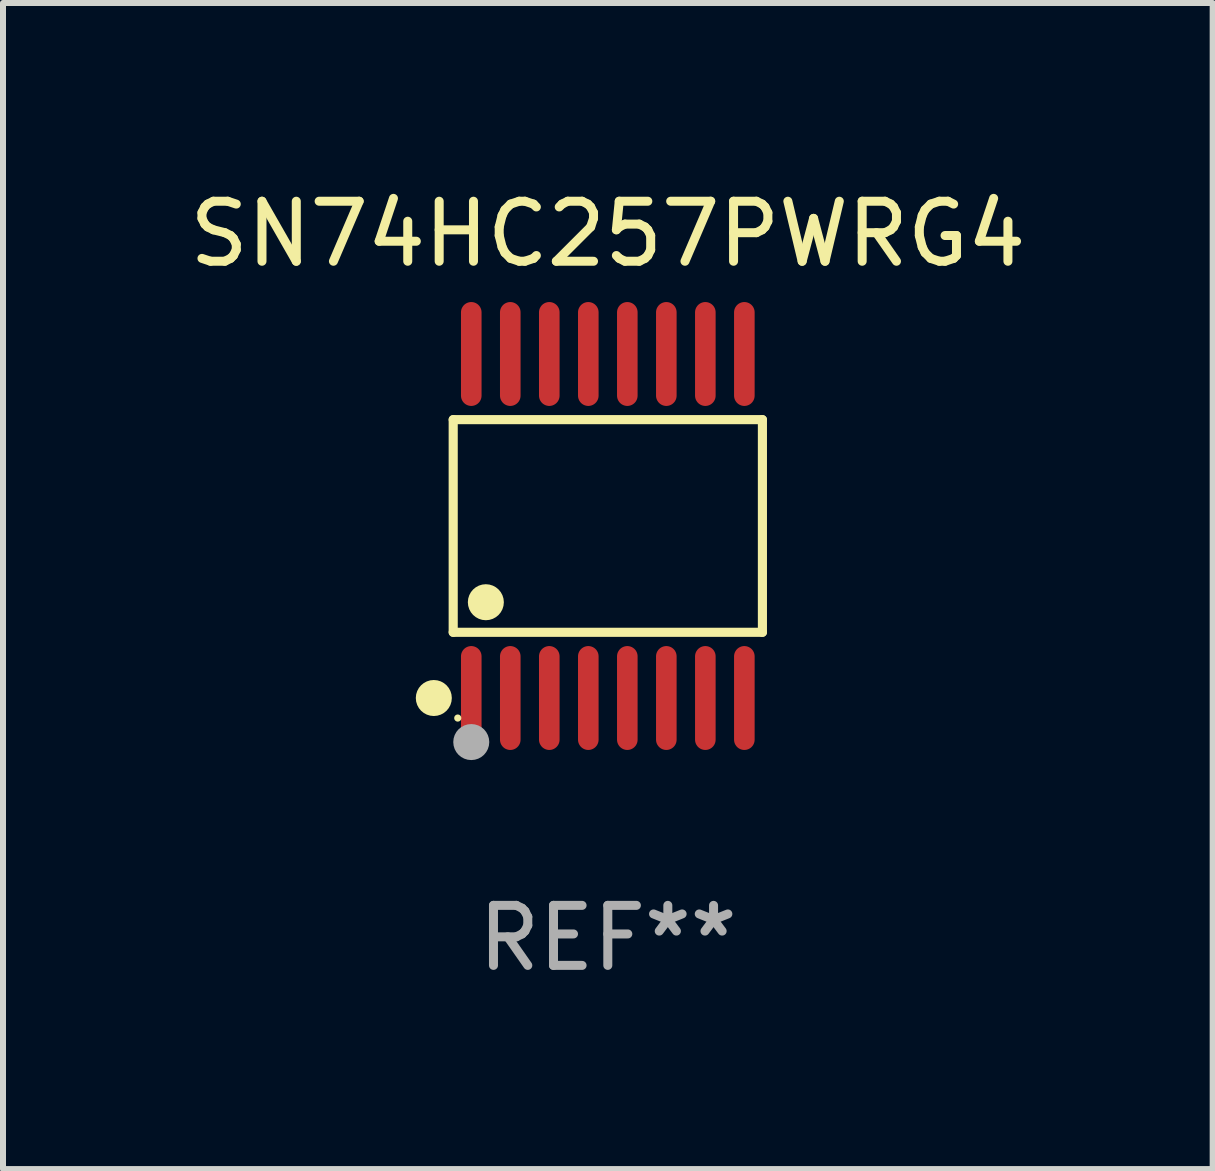
<source format=kicad_pcb>
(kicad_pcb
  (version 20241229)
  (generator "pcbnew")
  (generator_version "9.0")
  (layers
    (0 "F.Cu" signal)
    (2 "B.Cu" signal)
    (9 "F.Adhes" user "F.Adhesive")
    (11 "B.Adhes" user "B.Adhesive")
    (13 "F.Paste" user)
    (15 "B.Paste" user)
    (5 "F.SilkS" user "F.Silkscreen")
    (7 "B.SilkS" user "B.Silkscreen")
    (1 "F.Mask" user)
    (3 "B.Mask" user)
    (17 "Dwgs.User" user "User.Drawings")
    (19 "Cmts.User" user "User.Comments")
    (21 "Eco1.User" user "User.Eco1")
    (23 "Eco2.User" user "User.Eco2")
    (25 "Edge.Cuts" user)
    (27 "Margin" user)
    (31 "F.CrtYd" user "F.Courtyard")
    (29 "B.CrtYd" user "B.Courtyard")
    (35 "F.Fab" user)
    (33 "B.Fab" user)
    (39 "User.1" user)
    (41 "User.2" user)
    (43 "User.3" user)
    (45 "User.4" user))
  (footprint "SN74HC257PWRG4"
    (layer "F.Cu")
    (at 7.077 5.714)
    (property "Reference" "SN74HC257PWRG4" (at 0 -4.866 0) (layer "F.SilkS") (effects (font (size 1 1) (thickness 0.15))))
    (attr through_hole)
    (fp_line (start -2.576 -1.772) (end 2.576 -1.772) (stroke (width 0.152) (type solid)) (layer "F.SilkS"))
    (fp_line (start -2.576 1.771) (end -2.576 -1.772) (stroke (width 0.152) (type solid)) (layer "F.SilkS"))
    (fp_line (start 2.576 -1.772) (end 2.576 1.771) (stroke (width 0.152) (type solid)) (layer "F.SilkS"))
    (fp_line (start 2.576 1.771) (end -2.576 1.771) (stroke (width 0.152) (type solid)) (layer "F.SilkS"))
    (fp_circle (center -2.899 2.866) (end -2.749 2.866) (stroke (width 0.3) (type solid)) (fill no) (layer "F.SilkS"))
    (fp_circle (center -2.5 3.2) (end -2.47 3.2) (stroke (width 0.06) (type solid)) (fill no) (layer "F.SilkS"))
    (fp_circle (center -2.032 1.27) (end -1.882 1.27) (stroke (width 0.3) (type solid)) (fill no) (layer "F.SilkS"))
    (fp_circle (center -2.275 3.6) (end -2.125 3.6) (stroke (width 0.3) (type solid)) (fill no) (layer "F.Fab"))
    (fp_text user "REF**" (at 0 6.866 0) (layer "F.Fab") (effects (font (size 1 1) (thickness 0.15))))
    (pad "1" smd oval (at -2.275 2.866) (size 0.343 1.731) (layers "F.Cu" "F.Mask" "F.Paste"))
    (pad "2" smd oval (at -1.625 2.866) (size 0.343 1.731) (layers "F.Cu" "F.Mask" "F.Paste"))
    (pad "3" smd oval (at -0.975 2.866) (size 0.343 1.731) (layers "F.Cu" "F.Mask" "F.Paste"))
    (pad "4" smd oval (at -0.325 2.866) (size 0.343 1.731) (layers "F.Cu" "F.Mask" "F.Paste"))
    (pad "5" smd oval (at 0.325 2.866) (size 0.343 1.731) (layers "F.Cu" "F.Mask" "F.Paste"))
    (pad "6" smd oval (at 0.975 2.866) (size 0.343 1.731) (layers "F.Cu" "F.Mask" "F.Paste"))
    (pad "7" smd oval (at 1.625 2.866) (size 0.343 1.731) (layers "F.Cu" "F.Mask" "F.Paste"))
    (pad "8" smd oval (at 2.275 2.866) (size 0.343 1.731) (layers "F.Cu" "F.Mask" "F.Paste"))
    (pad "9" smd oval (at 2.275 -2.866) (size 0.343 1.731) (layers "F.Cu" "F.Mask" "F.Paste"))
    (pad "10" smd oval (at 1.625 -2.866) (size 0.343 1.731) (layers "F.Cu" "F.Mask" "F.Paste"))
    (pad "11" smd oval (at 0.975 -2.866) (size 0.343 1.731) (layers "F.Cu" "F.Mask" "F.Paste"))
    (pad "12" smd oval (at 0.325 -2.866) (size 0.343 1.731) (layers "F.Cu" "F.Mask" "F.Paste"))
    (pad "13" smd oval (at -0.325 -2.866) (size 0.343 1.731) (layers "F.Cu" "F.Mask" "F.Paste"))
    (pad "14" smd oval (at -0.975 -2.866) (size 0.343 1.731) (layers "F.Cu" "F.Mask" "F.Paste"))
    (pad "15" smd oval (at -1.625 -2.866) (size 0.343 1.731) (layers "F.Cu" "F.Mask" "F.Paste"))
    (pad "16" smd oval (at -2.275 -2.866) (size 0.343 1.731) (layers "F.Cu" "F.Mask" "F.Paste")))
  (gr_rect
    (start -3 -3)
    (end 17.155 16.428)
    (stroke (width 0.1) (type default))
    (fill no)
    (layer "Edge.Cuts")))
</source>
